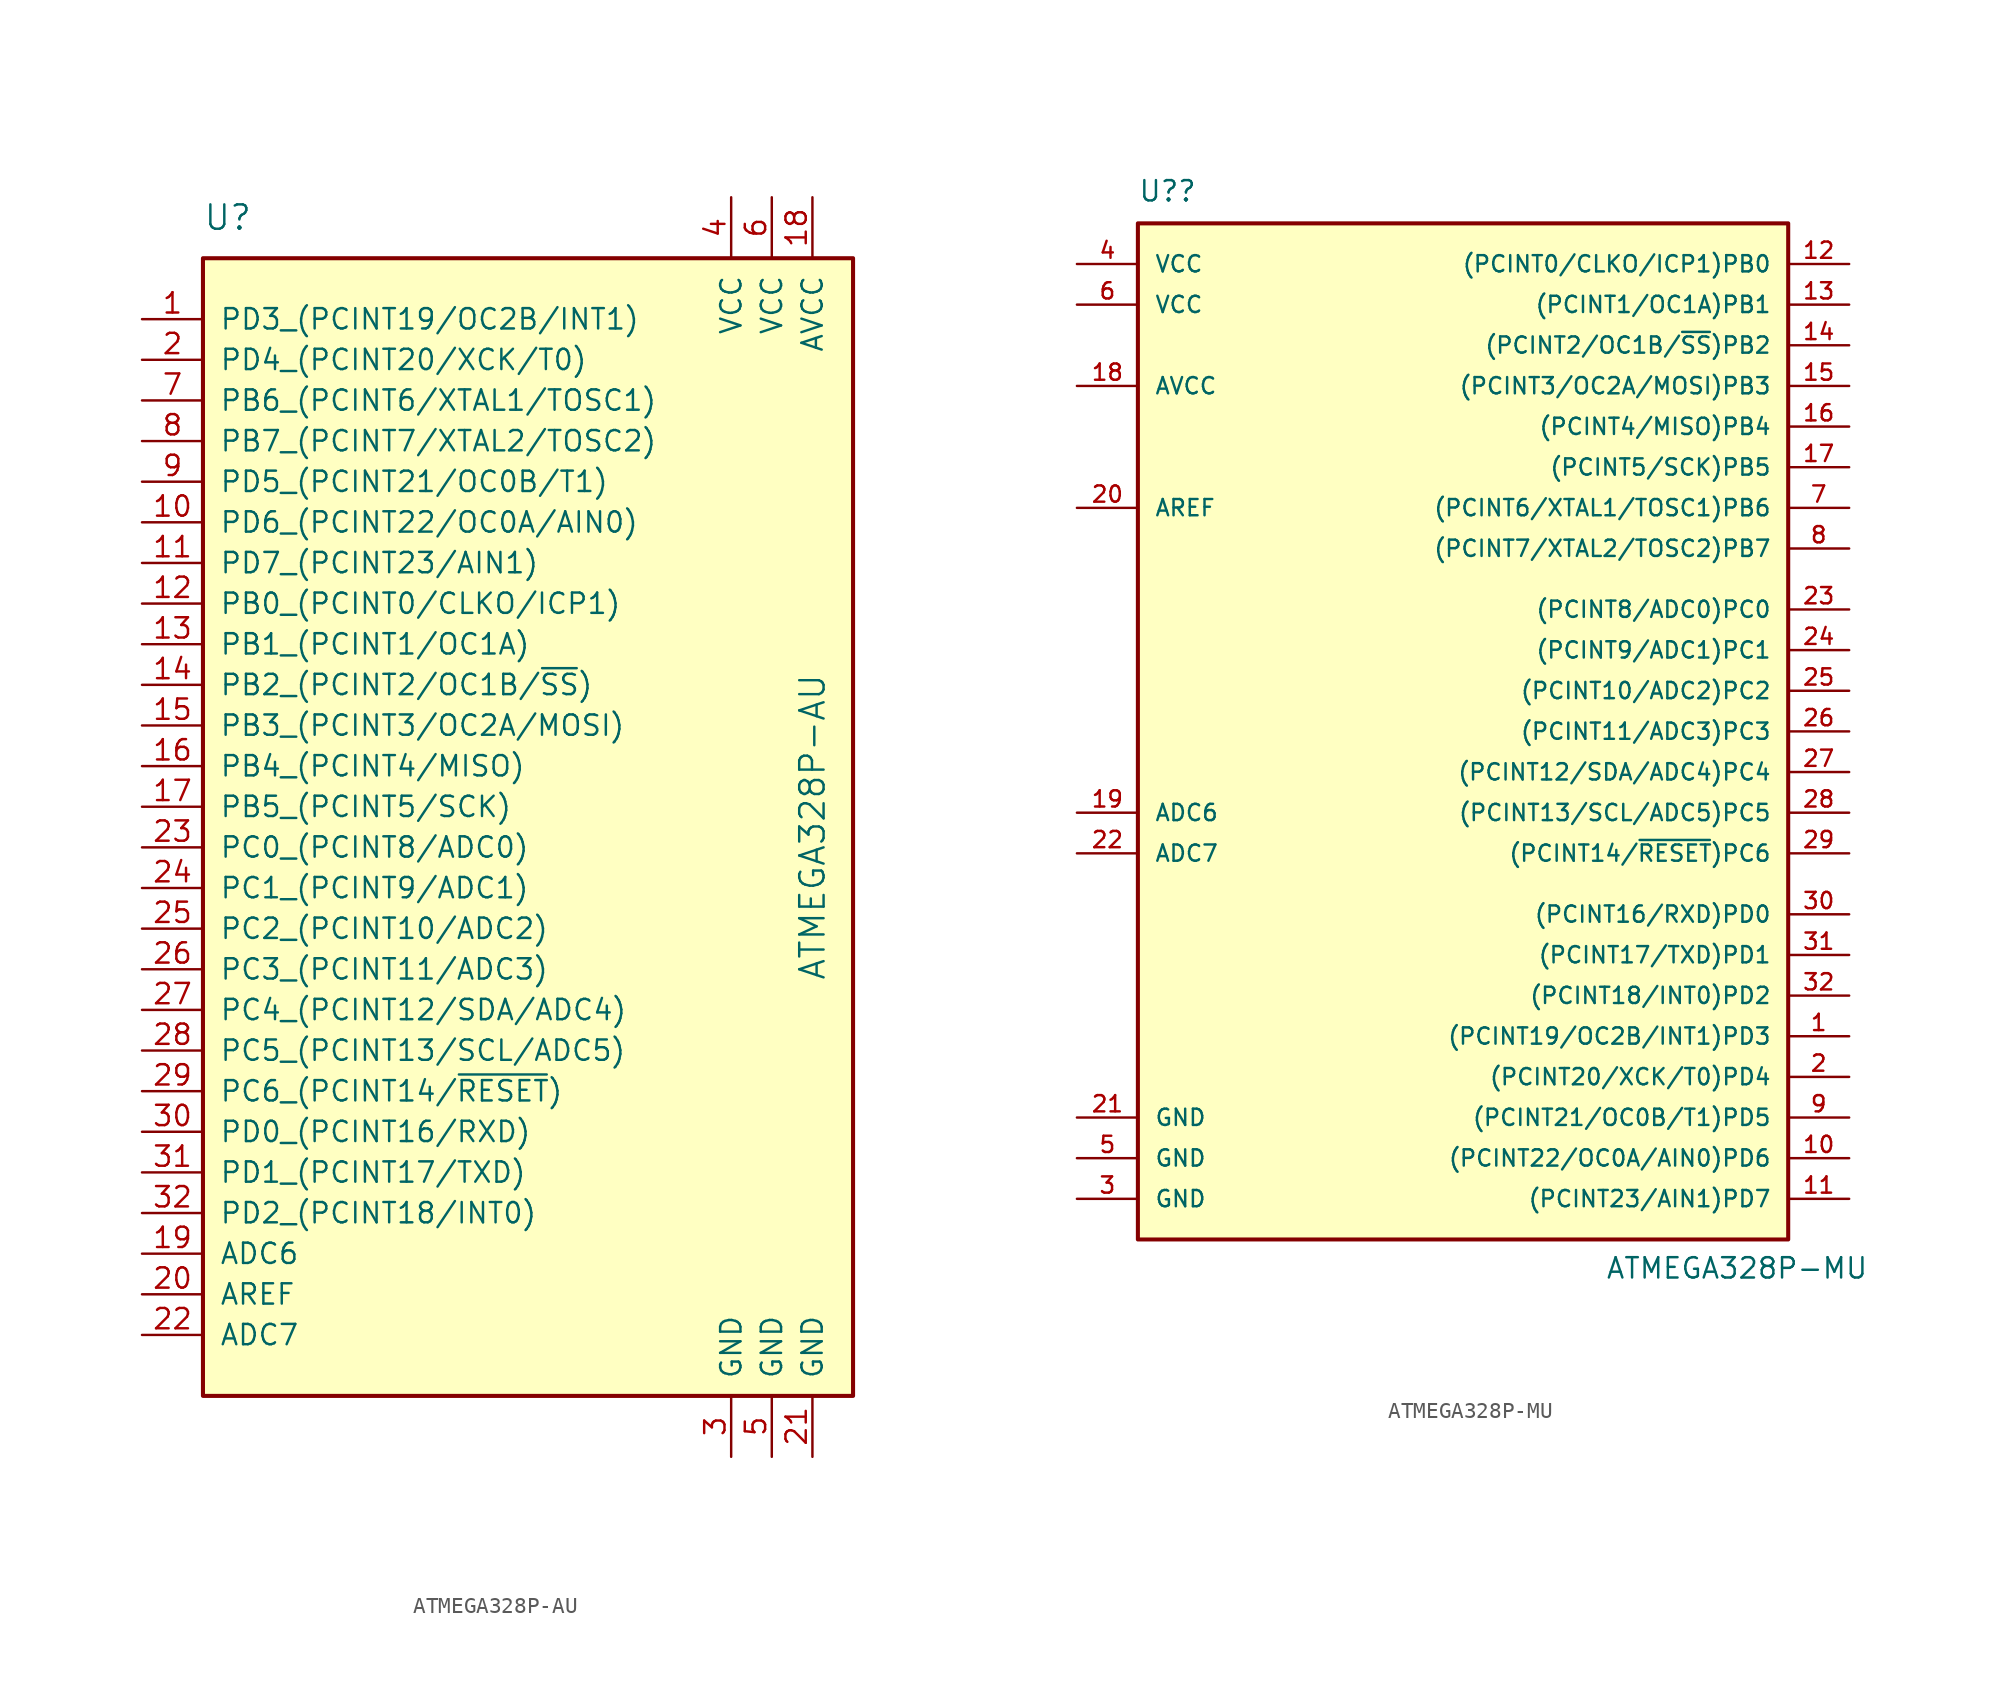
<source format=kicad_sym>
(kicad_symbol_lib
  (version 20211014)
  (generator kicad_symbol_editor)
  (symbol "ATMEGA328P-AU"
    (pin_names
      (offset 1.016))
    (property "Reference" "U"
      (at -33.02 39.37 0)
      (effects (font (size 1.524 1.524)) (justify left)))
    (property "Value" "ATMEGA328P-AU"
      (at 5.08 1.27 90)
      (effects (font (size 1.524 1.524))))
    (symbol "ATMEGA328P-AU_0_1"
      (rectangle (start -33.02 36.83) (end 7.62 -34.29) (stroke (width 0.254) (type default) (color 0 0 0 0)) (fill (type background))))
    (symbol "ATMEGA328P-AU_1_1"
      (pin bidirectional line (at -36.83 33.02 0) (length 3.81) (name "PD3_(PCINT19/OC2B/INT1)" (effects (font (size 1.27 1.27)))) (number "1" (effects (font (size 1.27 1.27)))))
      (pin bidirectional line (at -36.83 20.32 0) (length 3.81) (name "PD6_(PCINT22/OC0A/AIN0)" (effects (font (size 1.27 1.27)))) (number "10" (effects (font (size 1.27 1.27)))))
      (pin bidirectional line (at -36.83 17.78 0) (length 3.81) (name "PD7_(PCINT23/AIN1)" (effects (font (size 1.27 1.27)))) (number "11" (effects (font (size 1.27 1.27)))))
      (pin bidirectional line (at -36.83 15.24 0) (length 3.81) (name "PB0_(PCINT0/CLKO/ICP1)" (effects (font (size 1.27 1.27)))) (number "12" (effects (font (size 1.27 1.27)))))
      (pin bidirectional line (at -36.83 12.7 0) (length 3.81) (name "PB1_(PCINT1/OC1A)" (effects (font (size 1.27 1.27)))) (number "13" (effects (font (size 1.27 1.27)))))
      (pin bidirectional line (at -36.83 10.16 0) (length 3.81) (name "PB2_(PCINT2/OC1B/~{SS})" (effects (font (size 1.27 1.27)))) (number "14" (effects (font (size 1.27 1.27)))))
      (pin bidirectional line (at -36.83 7.62 0) (length 3.81) (name "PB3_(PCINT3/OC2A/MOSI)" (effects (font (size 1.27 1.27)))) (number "15" (effects (font (size 1.27 1.27)))))
      (pin bidirectional line (at -36.83 5.08 0) (length 3.81) (name "PB4_(PCINT4/MISO)" (effects (font (size 1.27 1.27)))) (number "16" (effects (font (size 1.27 1.27)))))
      (pin bidirectional line (at -36.83 2.54 0) (length 3.81) (name "PB5_(PCINT5/SCK)" (effects (font (size 1.27 1.27)))) (number "17" (effects (font (size 1.27 1.27)))))
      (pin power_in line (at 5.08 40.64 270) (length 3.81) (name "AVCC" (effects (font (size 1.27 1.27)))) (number "18" (effects (font (size 1.27 1.27)))))
      (pin input line (at -36.83 -25.4 0) (length 3.81) (name "ADC6" (effects (font (size 1.27 1.27)))) (number "19" (effects (font (size 1.27 1.27)))))
      (pin bidirectional line (at -36.83 30.48 0) (length 3.81) (name "PD4_(PCINT20/XCK/T0)" (effects (font (size 1.27 1.27)))) (number "2" (effects (font (size 1.27 1.27)))))
      (pin input line (at -36.83 -27.94 0) (length 3.81) (name "AREF" (effects (font (size 1.27 1.27)))) (number "20" (effects (font (size 1.27 1.27)))))
      (pin power_in line (at 5.08 -38.1 90) (length 3.81) (name "GND" (effects (font (size 1.27 1.27)))) (number "21" (effects (font (size 1.27 1.27)))))
      (pin input line (at -36.83 -30.48 0) (length 3.81) (name "ADC7" (effects (font (size 1.27 1.27)))) (number "22" (effects (font (size 1.27 1.27)))))
      (pin bidirectional line (at -36.83 0 0) (length 3.81) (name "PC0_(PCINT8/ADC0)" (effects (font (size 1.27 1.27)))) (number "23" (effects (font (size 1.27 1.27)))))
      (pin bidirectional line (at -36.83 -2.54 0) (length 3.81) (name "PC1_(PCINT9/ADC1)" (effects (font (size 1.27 1.27)))) (number "24" (effects (font (size 1.27 1.27)))))
      (pin bidirectional line (at -36.83 -5.08 0) (length 3.81) (name "PC2_(PCINT10/ADC2)" (effects (font (size 1.27 1.27)))) (number "25" (effects (font (size 1.27 1.27)))))
      (pin bidirectional line (at -36.83 -7.62 0) (length 3.81) (name "PC3_(PCINT11/ADC3)" (effects (font (size 1.27 1.27)))) (number "26" (effects (font (size 1.27 1.27)))))
      (pin bidirectional line (at -36.83 -10.16 0) (length 3.81) (name "PC4_(PCINT12/SDA/ADC4)" (effects (font (size 1.27 1.27)))) (number "27" (effects (font (size 1.27 1.27)))))
      (pin bidirectional line (at -36.83 -12.7 0) (length 3.81) (name "PC5_(PCINT13/SCL/ADC5)" (effects (font (size 1.27 1.27)))) (number "28" (effects (font (size 1.27 1.27)))))
      (pin bidirectional line (at -36.83 -15.24 0) (length 3.81) (name "PC6_(PCINT14/~{RESET})" (effects (font (size 1.27 1.27)))) (number "29" (effects (font (size 1.27 1.27)))))
      (pin power_in line (at 0 -38.1 90) (length 3.81) (name "GND" (effects (font (size 1.27 1.27)))) (number "3" (effects (font (size 1.27 1.27)))))
      (pin bidirectional line (at -36.83 -17.78 0) (length 3.81) (name "PD0_(PCINT16/RXD)" (effects (font (size 1.27 1.27)))) (number "30" (effects (font (size 1.27 1.27)))))
      (pin bidirectional line (at -36.83 -20.32 0) (length 3.81) (name "PD1_(PCINT17/TXD)" (effects (font (size 1.27 1.27)))) (number "31" (effects (font (size 1.27 1.27)))))
      (pin bidirectional line (at -36.83 -22.86 0) (length 3.81) (name "PD2_(PCINT18/INT0)" (effects (font (size 1.27 1.27)))) (number "32" (effects (font (size 1.27 1.27)))))
      (pin power_in line (at 0 40.64 270) (length 3.81) (name "VCC" (effects (font (size 1.27 1.27)))) (number "4" (effects (font (size 1.27 1.27)))))
      (pin power_in line (at 2.54 -38.1 90) (length 3.81) (name "GND" (effects (font (size 1.27 1.27)))) (number "5" (effects (font (size 1.27 1.27)))))
      (pin power_in line (at 2.54 40.64 270) (length 3.81) (name "VCC" (effects (font (size 1.27 1.27)))) (number "6" (effects (font (size 1.27 1.27)))))
      (pin bidirectional line (at -36.83 27.94 0) (length 3.81) (name "PB6_(PCINT6/XTAL1/TOSC1)" (effects (font (size 1.27 1.27)))) (number "7" (effects (font (size 1.27 1.27)))))
      (pin bidirectional line (at -36.83 25.4 0) (length 3.81) (name "PB7_(PCINT7/XTAL2/TOSC2)" (effects (font (size 1.27 1.27)))) (number "8" (effects (font (size 1.27 1.27)))))
      (pin bidirectional line (at -36.83 22.86 0) (length 3.81) (name "PD5_(PCINT21/OC0B/T1)" (effects (font (size 1.27 1.27)))) (number "9" (effects (font (size 1.27 1.27)))))))
  (symbol "ATMEGA328P-MU"
    (pin_names
      (offset 1.016))
    (property "Reference" "U?"
      (at -19.05 31.75 0)
      (effects (font (size 1.27 1.27)) (justify left bottom)))
    (property "Value" "ATMEGA328P-MU"
      (at 10.16 -35.56 0)
      (effects (font (size 1.27 1.27)) (justify left bottom)))
    (symbol "ATMEGA328P-MU_0_1"
      (rectangle (start -19.05 30.48) (end 21.59 -33.02) (stroke (width 0.254) (type default) (color 0 0 0 0)) (fill (type background))))
    (symbol "ATMEGA328P-MU_1_1"
      (pin bidirectional line (at 25.4 -20.32 180) (length 3.81) (name "(PCINT19/OC2B/INT1)PD3" (effects (font (size 1.016 1.016)))) (number "1" (effects (font (size 1.016 1.016)))))
      (pin bidirectional line (at 25.4 -27.94 180) (length 3.81) (name "(PCINT22/OC0A/AIN0)PD6" (effects (font (size 1.016 1.016)))) (number "10" (effects (font (size 1.016 1.016)))))
      (pin bidirectional line (at 25.4 -30.48 180) (length 3.81) (name "(PCINT23/AIN1)PD7" (effects (font (size 1.016 1.016)))) (number "11" (effects (font (size 1.016 1.016)))))
      (pin bidirectional line (at 25.4 27.94 180) (length 3.81) (name "(PCINT0/CLKO/ICP1)PB0" (effects (font (size 1.016 1.016)))) (number "12" (effects (font (size 1.016 1.016)))))
      (pin bidirectional line (at 25.4 25.4 180) (length 3.81) (name "(PCINT1/OC1A)PB1" (effects (font (size 1.016 1.016)))) (number "13" (effects (font (size 1.016 1.016)))))
      (pin bidirectional line (at 25.4 22.86 180) (length 3.81) (name "(PCINT2/OC1B/~{SS})PB2" (effects (font (size 1.016 1.016)))) (number "14" (effects (font (size 1.016 1.016)))))
      (pin bidirectional line (at 25.4 20.32 180) (length 3.81) (name "(PCINT3/OC2A/MOSI)PB3" (effects (font (size 1.016 1.016)))) (number "15" (effects (font (size 1.016 1.016)))))
      (pin bidirectional line (at 25.4 17.78 180) (length 3.81) (name "(PCINT4/MISO)PB4" (effects (font (size 1.016 1.016)))) (number "16" (effects (font (size 1.016 1.016)))))
      (pin bidirectional line (at 25.4 15.24 180) (length 3.81) (name "(PCINT5/SCK)PB5" (effects (font (size 1.016 1.016)))) (number "17" (effects (font (size 1.016 1.016)))))
      (pin power_in line (at -22.86 20.32 0) (length 3.81) (name "AVCC" (effects (font (size 1.016 1.016)))) (number "18" (effects (font (size 1.016 1.016)))))
      (pin input line (at -22.86 -6.35 0) (length 3.81) (name "ADC6" (effects (font (size 1.016 1.016)))) (number "19" (effects (font (size 1.016 1.016)))))
      (pin bidirectional line (at 25.4 -22.86 180) (length 3.81) (name "(PCINT20/XCK/T0)PD4" (effects (font (size 1.016 1.016)))) (number "2" (effects (font (size 1.016 1.016)))))
      (pin bidirectional line (at -22.86 12.7 0) (length 3.81) (name "AREF" (effects (font (size 1.016 1.016)))) (number "20" (effects (font (size 1.016 1.016)))))
      (pin power_in line (at -22.86 -25.4 0) (length 3.81) (name "GND" (effects (font (size 1.016 1.016)))) (number "21" (effects (font (size 1.016 1.016)))))
      (pin input line (at -22.86 -8.89 0) (length 3.81) (name "ADC7" (effects (font (size 1.016 1.016)))) (number "22" (effects (font (size 1.016 1.016)))))
      (pin bidirectional line (at 25.4 6.35 180) (length 3.81) (name "(PCINT8/ADC0)PC0" (effects (font (size 1.016 1.016)))) (number "23" (effects (font (size 1.016 1.016)))))
      (pin bidirectional line (at 25.4 3.81 180) (length 3.81) (name "(PCINT9/ADC1)PC1" (effects (font (size 1.016 1.016)))) (number "24" (effects (font (size 1.016 1.016)))))
      (pin bidirectional line (at 25.4 1.27 180) (length 3.81) (name "(PCINT10/ADC2)PC2" (effects (font (size 1.016 1.016)))) (number "25" (effects (font (size 1.016 1.016)))))
      (pin bidirectional line (at 25.4 -1.27 180) (length 3.81) (name "(PCINT11/ADC3)PC3" (effects (font (size 1.016 1.016)))) (number "26" (effects (font (size 1.016 1.016)))))
      (pin bidirectional line (at 25.4 -3.81 180) (length 3.81) (name "(PCINT12/SDA/ADC4)PC4" (effects (font (size 1.016 1.016)))) (number "27" (effects (font (size 1.016 1.016)))))
      (pin bidirectional line (at 25.4 -6.35 180) (length 3.81) (name "(PCINT13/SCL/ADC5)PC5" (effects (font (size 1.016 1.016)))) (number "28" (effects (font (size 1.016 1.016)))))
      (pin bidirectional line (at 25.4 -8.89 180) (length 3.81) (name "(PCINT14/~{RESET})PC6" (effects (font (size 1.016 1.016)))) (number "29" (effects (font (size 1.016 1.016)))))
      (pin power_in line (at -22.86 -30.48 0) (length 3.81) (name "GND" (effects (font (size 1.016 1.016)))) (number "3" (effects (font (size 1.016 1.016)))))
      (pin bidirectional line (at 25.4 -12.7 180) (length 3.81) (name "(PCINT16/RXD)PD0" (effects (font (size 1.016 1.016)))) (number "30" (effects (font (size 1.016 1.016)))))
      (pin bidirectional line (at 25.4 -15.24 180) (length 3.81) (name "(PCINT17/TXD)PD1" (effects (font (size 1.016 1.016)))) (number "31" (effects (font (size 1.016 1.016)))))
      (pin bidirectional line (at 25.4 -17.78 180) (length 3.81) (name "(PCINT18/INT0)PD2" (effects (font (size 1.016 1.016)))) (number "32" (effects (font (size 1.016 1.016)))))
      (pin power_in line (at -22.86 27.94 0) (length 3.81) (name "VCC" (effects (font (size 1.016 1.016)))) (number "4" (effects (font (size 1.016 1.016)))))
      (pin power_in line (at -22.86 -27.94 0) (length 3.81) (name "GND" (effects (font (size 1.016 1.016)))) (number "5" (effects (font (size 1.016 1.016)))))
      (pin power_in line (at -22.86 25.4 0) (length 3.81) (name "VCC" (effects (font (size 1.016 1.016)))) (number "6" (effects (font (size 1.016 1.016)))))
      (pin bidirectional line (at 25.4 12.7 180) (length 3.81) (name "(PCINT6/XTAL1/TOSC1)PB6" (effects (font (size 1.016 1.016)))) (number "7" (effects (font (size 1.016 1.016)))))
      (pin bidirectional line (at 25.4 10.16 180) (length 3.81) (name "(PCINT7/XTAL2/TOSC2)PB7" (effects (font (size 1.016 1.016)))) (number "8" (effects (font (size 1.016 1.016)))))
      (pin bidirectional line (at 25.4 -25.4 180) (length 3.81) (name "(PCINT21/OC0B/T1)PD5" (effects (font (size 1.016 1.016)))) (number "9" (effects (font (size 1.016 1.016))))))))
</source>
